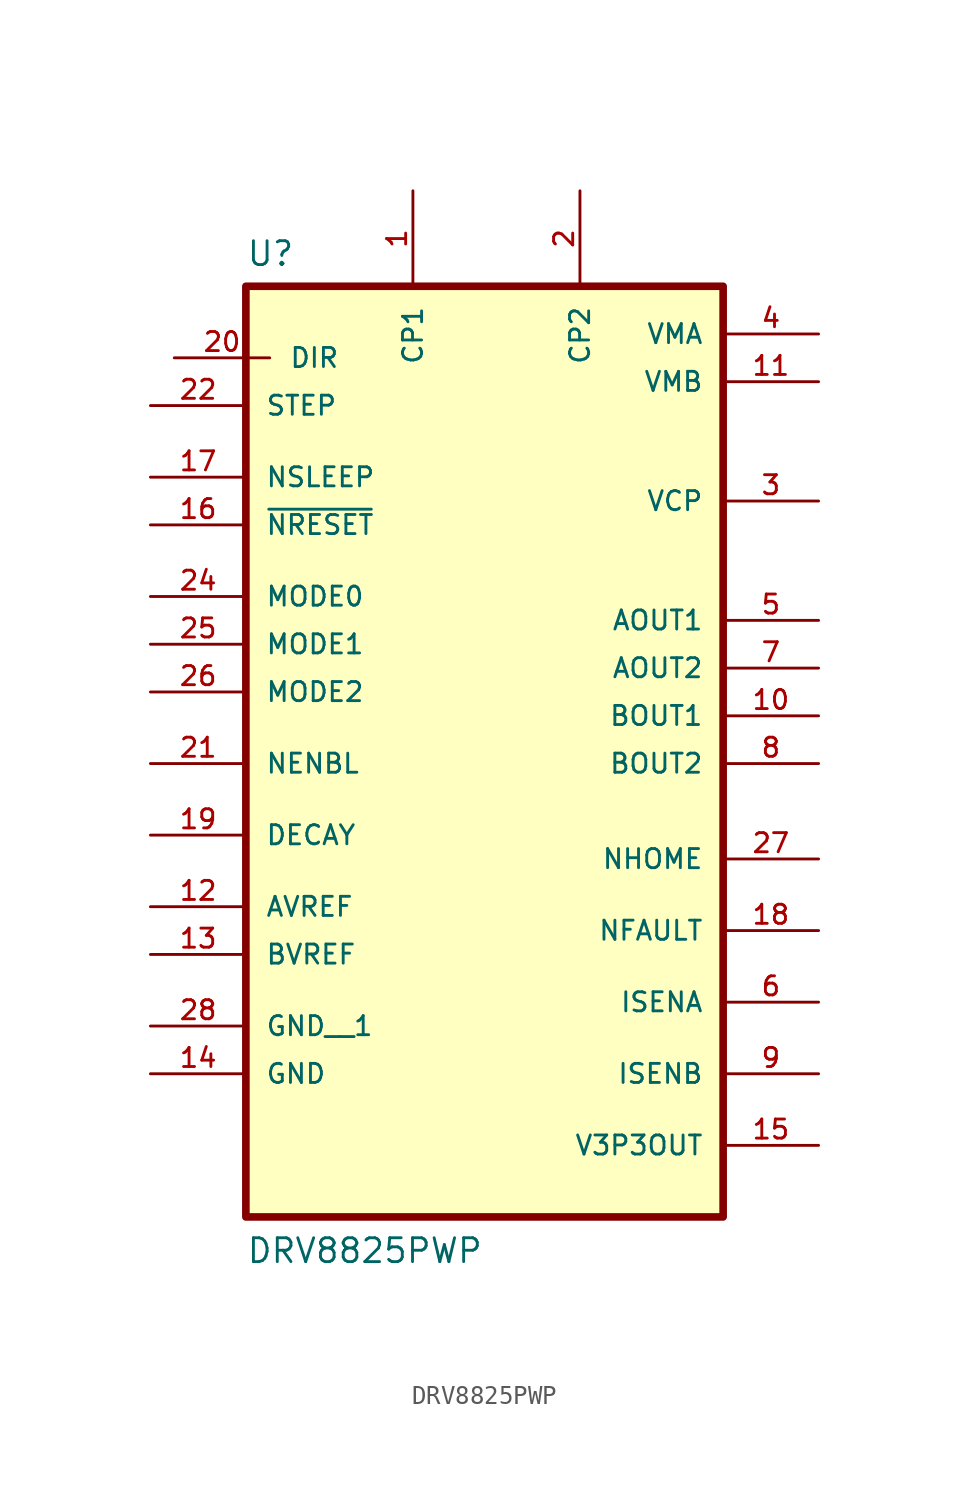
<source format=kicad_sym>
(kicad_symbol_lib
  (version 20220914)
  (generator kicad_symbol_editor)
  (symbol "DRV8825PWP"
    (pin_names
      (offset 1.016))
    (property "Reference" "U"
      (at -12.7 36.551 0)
      (effects (font (size 1.27 1.27)) (justify left bottom)))
    (property "Value" "DRV8825PWP"
      (at -12.7 -16.51 0)
      (effects (font (size 1.27 1.27)) (justify left bottom)))
    (property "ki_locked" ""
      (at 0 0 0)
      (effects (font (size 1.27 1.27))))
    (symbol "DRV8825PWP_0_0"
      (rectangle (start -12.7 35.56) (end 12.7 -13.97) (stroke (width 0.406) (type solid)) (fill (type background)))
      (pin bidirectional line (at -3.81 40.64 270) (length 5.08) (name "CP1" (effects (font (size 1.016 1.016)))) (number "1" (effects (font (size 1.016 1.016)))))
      (pin output line (at 17.78 12.7 180) (length 5.08) (name "BOUT1" (effects (font (size 1.016 1.016)))) (number "10" (effects (font (size 1.016 1.016)))))
      (pin power_in line (at 17.78 30.48 180) (length 5.08) (name "VMB" (effects (font (size 1.016 1.016)))) (number "11" (effects (font (size 1.016 1.016)))))
      (pin input line (at -17.78 2.54 0) (length 5.08) (name "AVREF" (effects (font (size 1.016 1.016)))) (number "12" (effects (font (size 1.016 1.016)))))
      (pin input line (at -17.78 0 0) (length 5.08) (name "BVREF" (effects (font (size 1.016 1.016)))) (number "13" (effects (font (size 1.016 1.016)))))
      (pin power_in line (at -17.78 -6.35 0) (length 5.08) (name "GND" (effects (font (size 1.016 1.016)))) (number "14" (effects (font (size 1.016 1.016)))))
      (pin output line (at 17.78 -10.16 180) (length 5.08) (name "V3P3OUT" (effects (font (size 1.016 1.016)))) (number "15" (effects (font (size 1.016 1.016)))))
      (pin input line (at -17.78 22.86 0) (length 5.08) (name "~{NRESET}" (effects (font (size 1.016 1.016)))) (number "16" (effects (font (size 1.016 1.016)))))
      (pin input line (at -17.78 25.4 0) (length 5.08) (name "NSLEEP" (effects (font (size 1.016 1.016)))) (number "17" (effects (font (size 1.016 1.016)))))
      (pin output line (at 17.78 1.27 180) (length 5.08) (name "NFAULT" (effects (font (size 1.016 1.016)))) (number "18" (effects (font (size 1.016 1.016)))))
      (pin input line (at -17.78 6.35 0) (length 5.08) (name "DECAY" (effects (font (size 1.016 1.016)))) (number "19" (effects (font (size 1.016 1.016)))))
      (pin bidirectional line (at 5.08 40.64 270) (length 5.08) (name "CP2" (effects (font (size 1.016 1.016)))) (number "2" (effects (font (size 1.016 1.016)))))
      (pin input line (at -16.51 31.75 0) (length 5.08) (name "DIR" (effects (font (size 1.016 1.016)))) (number "20" (effects (font (size 1.016 1.016)))))
      (pin input line (at -17.78 10.16 0) (length 5.08) (name "NENBL" (effects (font (size 1.016 1.016)))) (number "21" (effects (font (size 1.016 1.016)))))
      (pin input line (at -17.78 29.21 0) (length 5.08) (name "STEP" (effects (font (size 1.016 1.016)))) (number "22" (effects (font (size 1.016 1.016)))))
      (pin input line (at -17.78 19.05 0) (length 5.08) (name "MODE0" (effects (font (size 1.016 1.016)))) (number "24" (effects (font (size 1.016 1.016)))))
      (pin input line (at -17.78 16.51 0) (length 5.08) (name "MODE1" (effects (font (size 1.016 1.016)))) (number "25" (effects (font (size 1.016 1.016)))))
      (pin input line (at -17.78 13.97 0) (length 5.08) (name "MODE2" (effects (font (size 1.016 1.016)))) (number "26" (effects (font (size 1.016 1.016)))))
      (pin output line (at 17.78 5.08 180) (length 5.08) (name "NHOME" (effects (font (size 1.016 1.016)))) (number "27" (effects (font (size 1.016 1.016)))))
      (pin power_in line (at -17.78 -3.81 0) (length 5.08) (name "GND__1" (effects (font (size 1.016 1.016)))) (number "28" (effects (font (size 1.016 1.016)))))
      (pin bidirectional line (at 17.78 24.13 180) (length 5.08) (name "VCP" (effects (font (size 1.016 1.016)))) (number "3" (effects (font (size 1.016 1.016)))))
      (pin power_in line (at 17.78 33.02 180) (length 5.08) (name "VMA" (effects (font (size 1.016 1.016)))) (number "4" (effects (font (size 1.016 1.016)))))
      (pin output line (at 17.78 17.78 180) (length 5.08) (name "AOUT1" (effects (font (size 1.016 1.016)))) (number "5" (effects (font (size 1.016 1.016)))))
      (pin bidirectional line (at 17.78 -2.54 180) (length 5.08) (name "ISENA" (effects (font (size 1.016 1.016)))) (number "6" (effects (font (size 1.016 1.016)))))
      (pin output line (at 17.78 15.24 180) (length 5.08) (name "AOUT2" (effects (font (size 1.016 1.016)))) (number "7" (effects (font (size 1.016 1.016)))))
      (pin output line (at 17.78 10.16 180) (length 5.08) (name "BOUT2" (effects (font (size 1.016 1.016)))) (number "8" (effects (font (size 1.016 1.016)))))
      (pin bidirectional line (at 17.78 -6.35 180) (length 5.08) (name "ISENB" (effects (font (size 1.016 1.016)))) (number "9" (effects (font (size 1.016 1.016))))))))
</source>
